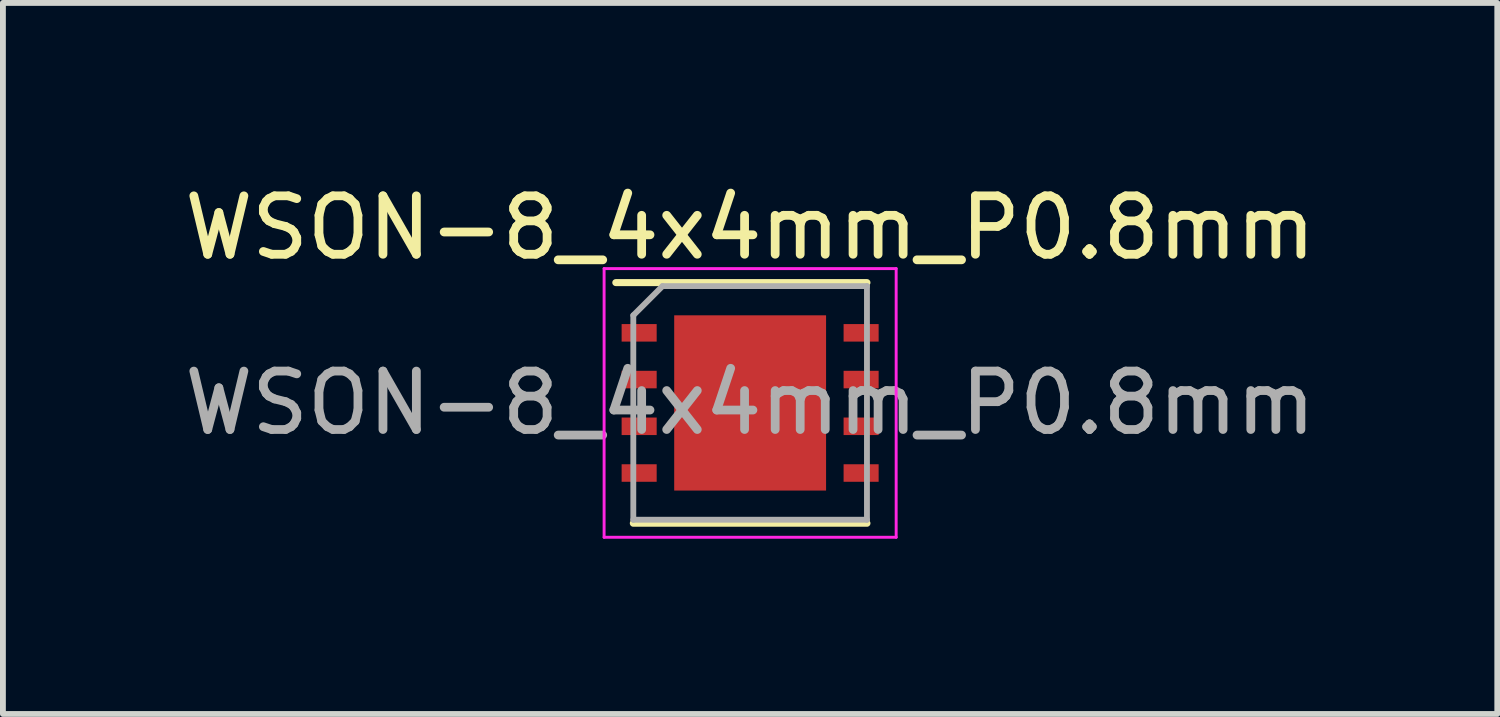
<source format=kicad_pcb>
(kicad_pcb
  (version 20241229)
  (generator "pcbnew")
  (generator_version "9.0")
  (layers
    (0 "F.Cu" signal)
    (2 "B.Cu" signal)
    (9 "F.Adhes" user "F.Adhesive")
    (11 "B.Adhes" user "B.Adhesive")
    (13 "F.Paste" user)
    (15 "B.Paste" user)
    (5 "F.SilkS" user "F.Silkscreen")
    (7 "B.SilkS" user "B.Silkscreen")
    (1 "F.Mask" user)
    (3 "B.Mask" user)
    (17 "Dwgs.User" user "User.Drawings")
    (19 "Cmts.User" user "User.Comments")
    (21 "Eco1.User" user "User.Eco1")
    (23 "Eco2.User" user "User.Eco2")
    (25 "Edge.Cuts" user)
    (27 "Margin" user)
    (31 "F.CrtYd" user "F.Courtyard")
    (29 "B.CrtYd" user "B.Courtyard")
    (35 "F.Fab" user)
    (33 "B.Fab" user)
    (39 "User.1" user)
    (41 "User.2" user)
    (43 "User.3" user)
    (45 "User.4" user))
  (footprint "WSON-8_4x4mm_P0.8mm"
    (layer "F.Cu")
    (at 9.792 3.848)
    (property "Reference" "WSON-8_4x4mm_P0.8mm" (at 0 -3 0) (layer "F.SilkS") (effects (font (size 1 1) (thickness 0.15))))
    (attr smd)
    (fp_line (start -2.3 -2.06) (end 2 -2.06) (stroke (width 0.12) (type solid)) (layer "F.SilkS"))
    (fp_line (start -2 2.06) (end 2 2.06) (stroke (width 0.12) (type solid)) (layer "F.SilkS"))
    (fp_line (start -2.5 2.3) (end -2.5 -2.3) (stroke (width 0.05) (type solid)) (layer "F.CrtYd"))
    (fp_line (start -2.5 2.3) (end 2.5 2.3) (stroke (width 0.05) (type solid)) (layer "F.CrtYd"))
    (fp_line (start 2.5 -2.3) (end -2.5 -2.3) (stroke (width 0.05) (type solid)) (layer "F.CrtYd"))
    (fp_line (start 2.5 -2.3) (end 2.5 2.3) (stroke (width 0.05) (type solid)) (layer "F.CrtYd"))
    (fp_line (start -2 -1.5) (end -2 2) (stroke (width 0.1) (type solid)) (layer "F.Fab"))
    (fp_line (start -2 2) (end 2 2) (stroke (width 0.1) (type solid)) (layer "F.Fab"))
    (fp_line (start -1.5 -2) (end -2 -1.5) (stroke (width 0.1) (type solid)) (layer "F.Fab"))
    (fp_line (start -1.5 -2) (end 2 -2) (stroke (width 0.1) (type solid)) (layer "F.Fab"))
    (fp_line (start 2 -2) (end 2 2) (stroke (width 0.1) (type solid)) (layer "F.Fab"))
    (fp_text user "${REFERENCE}" (at 0 0 0) (layer "F.Fab") (effects (font (size 1 1) (thickness 0.15))))
    (pad "1" smd rect (at -1.9 -1.2 270) (size 0.3 0.6) (layers "F.Cu" "F.Mask" "F.Paste"))
    (pad "2" smd rect (at 1.9 -1.2 270) (size 0.3 0.6) (layers "F.Cu" "F.Mask" "F.Paste"))
    (pad "2" smd rect (at 1.9 -0.4 270) (size 0.3 0.6) (layers "F.Cu" "F.Mask" "F.Paste"))
    (pad "2" smd rect (at 1.9 0.4 270) (size 0.3 0.6) (layers "F.Cu" "F.Mask" "F.Paste"))
    (pad "3" smd rect (at -1.9 -0.4 270) (size 0.3 0.6) (layers "F.Cu" "F.Mask" "F.Paste"))
    (pad "4" smd rect (at -1.9 1.2 270) (size 0.3 0.6) (layers "F.Cu" "F.Mask" "F.Paste"))
    (pad "5" smd rect (at 1.9 1.2 270) (size 0.3 0.6) (layers "F.Cu" "F.Mask" "F.Paste"))
    (pad "6" smd rect (at -1.9 0.4 270) (size 0.3 0.6) (layers "F.Cu" "F.Mask" "F.Paste"))
    (pad "9" smd rect (at 0 0) (size 2.6 3) (layers "F.Cu" "F.Mask" "F.Paste")))
  (gr_rect
    (start -3 -3)
    (end 22.583 9.173)
    (stroke (width 0.1) (type default))
    (fill no)
    (layer "Edge.Cuts")))
</source>
